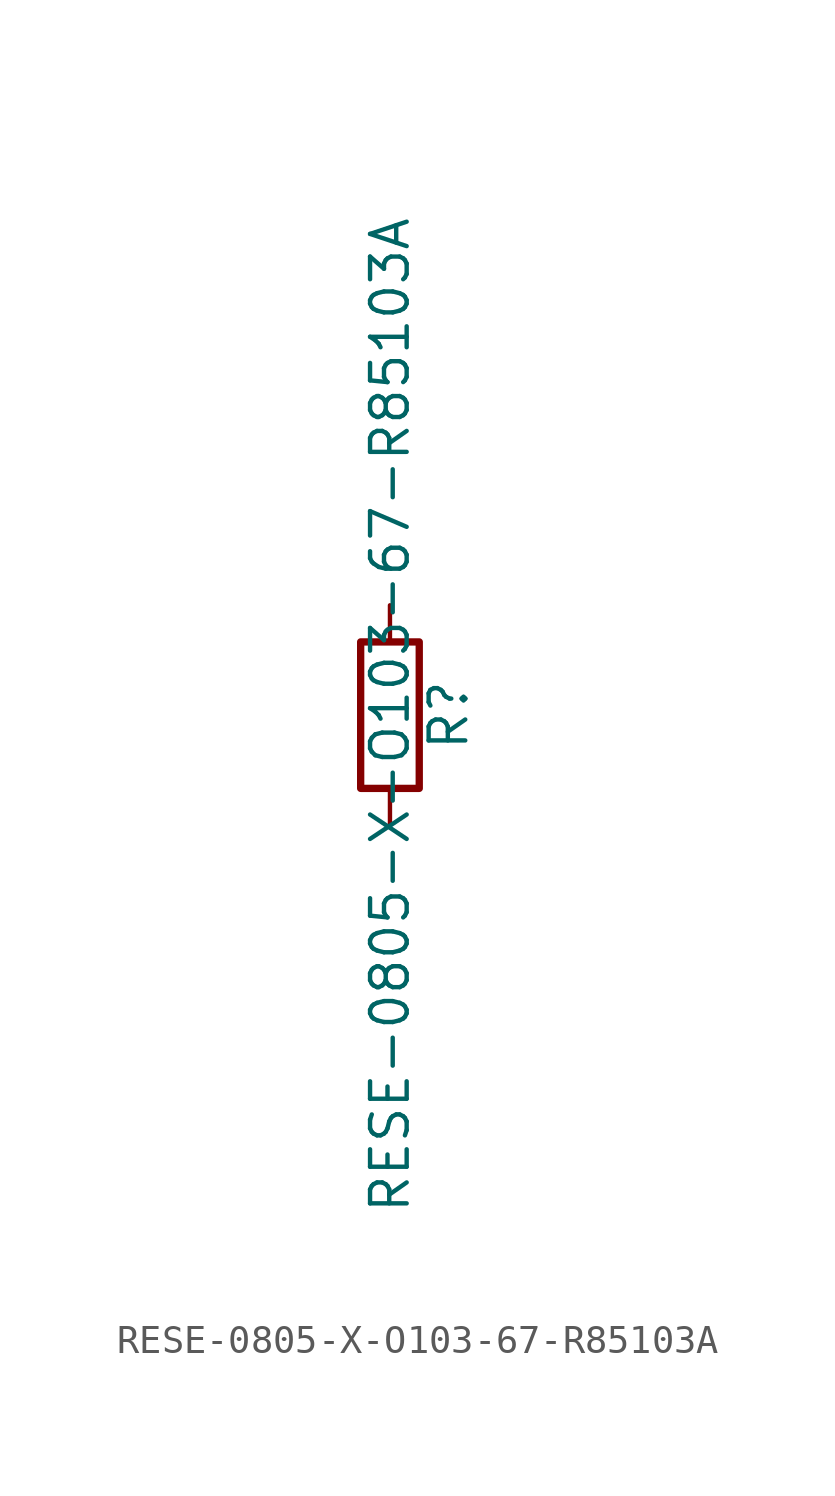
<source format=kicad_sym>
(kicad_symbol_lib
  (version 20211014)
  (generator kicad_symbol_editor)
  (symbol "RESE-0805-X-O103-67-R85103A"
    (pin_numbers hide)
    (pin_names
      (offset 0))
    (property "Reference" "R"
      (at 2.032 0 90)
      (effects (font (size 1.27 1.27))))
    (property "Value" "RESE-0805-X-O103-67-R85103A"
      (at 0 0 90)
      (effects (font (size 1.27 1.27))))
    (symbol "RESE-0805-X-O103-67-R85103A_0_1"
      (rectangle (start -1.016 -2.54) (end 1.016 2.54) (stroke (width 0.254) (type default) (color 0 0 0 0)) (fill (type none))))
    (symbol "RESE-0805-X-O103-67-R85103A_1_1"
      (pin passive line (at 0 3.81 270) (length 1.27) (name "~" (effects (font (size 1.27 1.27)))) (number "1" (effects (font (size 1.27 1.27)))))
      (pin passive line (at 0 -3.81 90) (length 1.27) (name "~" (effects (font (size 1.27 1.27)))) (number "2" (effects (font (size 1.27 1.27))))))))
</source>
